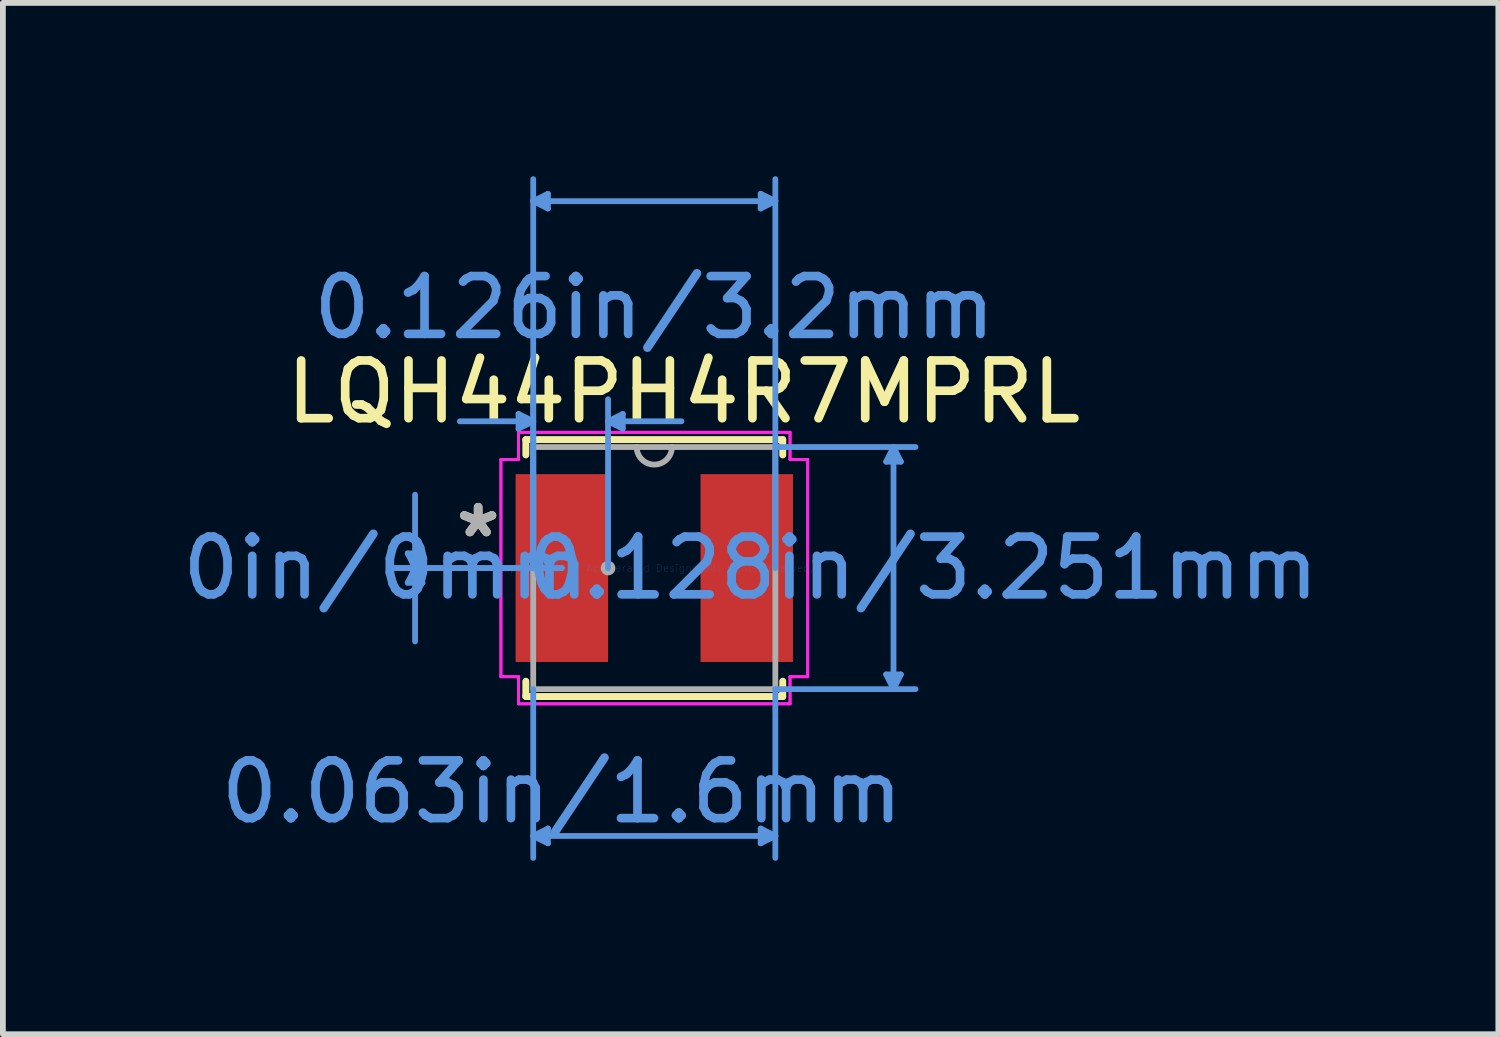
<source format=kicad_pcb>
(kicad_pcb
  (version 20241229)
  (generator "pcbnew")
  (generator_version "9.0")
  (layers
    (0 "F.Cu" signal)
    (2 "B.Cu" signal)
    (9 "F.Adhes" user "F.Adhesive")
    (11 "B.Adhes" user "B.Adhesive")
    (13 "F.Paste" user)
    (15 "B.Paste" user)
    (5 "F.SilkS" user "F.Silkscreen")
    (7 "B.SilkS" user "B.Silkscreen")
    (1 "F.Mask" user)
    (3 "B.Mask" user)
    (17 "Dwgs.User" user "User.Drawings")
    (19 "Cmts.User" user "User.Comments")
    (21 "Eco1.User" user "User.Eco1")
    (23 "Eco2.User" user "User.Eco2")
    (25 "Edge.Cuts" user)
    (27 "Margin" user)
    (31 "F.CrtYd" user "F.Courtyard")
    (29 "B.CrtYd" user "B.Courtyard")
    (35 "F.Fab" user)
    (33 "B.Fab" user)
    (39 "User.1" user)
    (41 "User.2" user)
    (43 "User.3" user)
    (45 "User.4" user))
  (footprint "LQH44PH4R7MPRL"
    (layer "F.Cu")
    (at 8.273 6.781)
    (property "Reference" "LQH44PH4R7MPRL" (at 0.508 -3.048 0) (layer "F.SilkS") (effects (font (size 1 1) (thickness 0.15))))
    (attr through_hole)
    (fp_line (start -2.223 -2.223) (end -2.223 -1.958) (stroke (width 0.12) (type solid)) (layer "F.SilkS"))
    (fp_line (start -2.223 1.958) (end -2.223 2.223) (stroke (width 0.12) (type solid)) (layer "F.SilkS"))
    (fp_line (start -2.223 2.223) (end 2.223 2.223) (stroke (width 0.12) (type solid)) (layer "F.SilkS"))
    (fp_line (start 2.223 -2.223) (end -2.223 -2.223) (stroke (width 0.12) (type solid)) (layer "F.SilkS"))
    (fp_line (start 2.223 -1.958) (end 2.223 -2.223) (stroke (width 0.12) (type solid)) (layer "F.SilkS"))
    (fp_line (start 2.223 2.223) (end 2.223 1.958) (stroke (width 0.12) (type solid)) (layer "F.SilkS"))
    (fp_line (start -4.267 -0.254) (end -4.013 -0.254) (stroke (width 0.1) (type solid)) (layer "Cmts.User"))
    (fp_line (start -4.267 0.254) (end -4.013 0.254) (stroke (width 0.1) (type solid)) (layer "Cmts.User"))
    (fp_line (start -4.14 0) (end -4.267 -0.254) (stroke (width 0.1) (type solid)) (layer "Cmts.User"))
    (fp_line (start -4.14 0) (end -4.267 0.254) (stroke (width 0.1) (type solid)) (layer "Cmts.User"))
    (fp_line (start -4.14 0) (end -4.14 -1.27) (stroke (width 0.1) (type solid)) (layer "Cmts.User"))
    (fp_line (start -4.14 0) (end -4.14 1.27) (stroke (width 0.1) (type solid)) (layer "Cmts.User"))
    (fp_line (start -4.14 0) (end -4.013 -0.254) (stroke (width 0.1) (type solid)) (layer "Cmts.User"))
    (fp_line (start -4.14 0) (end -4.013 0.254) (stroke (width 0.1) (type solid)) (layer "Cmts.User"))
    (fp_line (start -2.349 -2.667) (end -2.349 -2.413) (stroke (width 0.1) (type solid)) (layer "Cmts.User"))
    (fp_line (start -2.095 -6.35) (end -1.841 -6.477) (stroke (width 0.1) (type solid)) (layer "Cmts.User"))
    (fp_line (start -2.095 -6.35) (end -1.841 -6.223) (stroke (width 0.1) (type solid)) (layer "Cmts.User"))
    (fp_line (start -2.095 -6.35) (end 2.095 -6.35) (stroke (width 0.1) (type solid)) (layer "Cmts.User"))
    (fp_line (start -2.095 -2.54) (end -3.365 -2.54) (stroke (width 0.1) (type solid)) (layer "Cmts.User"))
    (fp_line (start -2.095 -2.54) (end -2.349 -2.667) (stroke (width 0.1) (type solid)) (layer "Cmts.User"))
    (fp_line (start -2.095 -2.54) (end -2.349 -2.413) (stroke (width 0.1) (type solid)) (layer "Cmts.User"))
    (fp_line (start -2.095 0) (end -2.095 -6.731) (stroke (width 0.1) (type solid)) (layer "Cmts.User"))
    (fp_line (start -2.095 0) (end -2.095 -2.921) (stroke (width 0.1) (type solid)) (layer "Cmts.User"))
    (fp_line (start -2.095 2.095) (end -2.095 5.016) (stroke (width 0.1) (type solid)) (layer "Cmts.User"))
    (fp_line (start -2.095 4.636) (end -1.841 4.508) (stroke (width 0.1) (type solid)) (layer "Cmts.User"))
    (fp_line (start -2.095 4.636) (end -1.841 4.763) (stroke (width 0.1) (type solid)) (layer "Cmts.User"))
    (fp_line (start -2.095 4.636) (end 2.095 4.636) (stroke (width 0.1) (type solid)) (layer "Cmts.User"))
    (fp_line (start -1.841 -6.477) (end -1.841 -6.223) (stroke (width 0.1) (type solid)) (layer "Cmts.User"))
    (fp_line (start -1.841 4.508) (end -1.841 4.763) (stroke (width 0.1) (type solid)) (layer "Cmts.User"))
    (fp_line (start -1.6 0) (end -4.521 0) (stroke (width 0.1) (type solid)) (layer "Cmts.User"))
    (fp_line (start -1.6 0) (end -4.521 0) (stroke (width 0.1) (type solid)) (layer "Cmts.User"))
    (fp_line (start -0.8 -2.54) (end -0.546 -2.667) (stroke (width 0.1) (type solid)) (layer "Cmts.User"))
    (fp_line (start -0.8 -2.54) (end -0.546 -2.413) (stroke (width 0.1) (type solid)) (layer "Cmts.User"))
    (fp_line (start -0.8 -2.54) (end 0.47 -2.54) (stroke (width 0.1) (type solid)) (layer "Cmts.User"))
    (fp_line (start -0.8 0) (end -0.8 -2.921) (stroke (width 0.1) (type solid)) (layer "Cmts.User"))
    (fp_line (start -0.546 -2.667) (end -0.546 -2.413) (stroke (width 0.1) (type solid)) (layer "Cmts.User"))
    (fp_line (start 1.841 -6.477) (end 1.841 -6.223) (stroke (width 0.1) (type solid)) (layer "Cmts.User"))
    (fp_line (start 1.841 4.508) (end 1.841 4.763) (stroke (width 0.1) (type solid)) (layer "Cmts.User"))
    (fp_line (start 2.095 -6.35) (end 1.841 -6.477) (stroke (width 0.1) (type solid)) (layer "Cmts.User"))
    (fp_line (start 2.095 -6.35) (end 1.841 -6.223) (stroke (width 0.1) (type solid)) (layer "Cmts.User"))
    (fp_line (start 2.095 -2.095) (end 4.521 -2.095) (stroke (width 0.1) (type solid)) (layer "Cmts.User"))
    (fp_line (start 2.095 0) (end 2.095 -6.731) (stroke (width 0.1) (type solid)) (layer "Cmts.User"))
    (fp_line (start 2.095 2.095) (end 2.095 5.016) (stroke (width 0.1) (type solid)) (layer "Cmts.User"))
    (fp_line (start 2.095 2.095) (end 4.521 2.095) (stroke (width 0.1) (type solid)) (layer "Cmts.User"))
    (fp_line (start 2.095 4.636) (end 1.841 4.508) (stroke (width 0.1) (type solid)) (layer "Cmts.User"))
    (fp_line (start 2.095 4.636) (end 1.841 4.763) (stroke (width 0.1) (type solid)) (layer "Cmts.User"))
    (fp_line (start 4.013 -1.841) (end 4.267 -1.841) (stroke (width 0.1) (type solid)) (layer "Cmts.User"))
    (fp_line (start 4.013 1.841) (end 4.267 1.841) (stroke (width 0.1) (type solid)) (layer "Cmts.User"))
    (fp_line (start 4.14 -2.095) (end 4.013 -1.841) (stroke (width 0.1) (type solid)) (layer "Cmts.User"))
    (fp_line (start 4.14 -2.095) (end 4.14 2.095) (stroke (width 0.1) (type solid)) (layer "Cmts.User"))
    (fp_line (start 4.14 -2.095) (end 4.267 -1.841) (stroke (width 0.1) (type solid)) (layer "Cmts.User"))
    (fp_line (start 4.14 2.095) (end 4.013 1.841) (stroke (width 0.1) (type solid)) (layer "Cmts.User"))
    (fp_line (start 4.14 2.095) (end 4.267 1.841) (stroke (width 0.1) (type solid)) (layer "Cmts.User"))
    (fp_line (start -2.654 -1.88) (end -2.349 -1.88) (stroke (width 0.05) (type solid)) (layer "F.CrtYd"))
    (fp_line (start -2.654 -1.88) (end -2.349 -1.88) (stroke (width 0.05) (type solid)) (layer "F.CrtYd"))
    (fp_line (start -2.654 1.88) (end -2.654 -1.88) (stroke (width 0.05) (type solid)) (layer "F.CrtYd"))
    (fp_line (start -2.654 1.88) (end -2.654 -1.88) (stroke (width 0.05) (type solid)) (layer "F.CrtYd"))
    (fp_line (start -2.654 1.88) (end -2.349 1.88) (stroke (width 0.05) (type solid)) (layer "F.CrtYd"))
    (fp_line (start -2.349 -2.349) (end 2.349 -2.349) (stroke (width 0.05) (type solid)) (layer "F.CrtYd"))
    (fp_line (start -2.349 -2.349) (end 2.349 -2.349) (stroke (width 0.05) (type solid)) (layer "F.CrtYd"))
    (fp_line (start -2.349 -1.88) (end -2.349 -2.349) (stroke (width 0.05) (type solid)) (layer "F.CrtYd"))
    (fp_line (start -2.349 -1.88) (end -2.349 -2.349) (stroke (width 0.05) (type solid)) (layer "F.CrtYd"))
    (fp_line (start -2.349 1.88) (end -2.654 1.88) (stroke (width 0.05) (type solid)) (layer "F.CrtYd"))
    (fp_line (start -2.349 2.349) (end -2.349 1.88) (stroke (width 0.05) (type solid)) (layer "F.CrtYd"))
    (fp_line (start -2.349 2.349) (end -2.349 1.88) (stroke (width 0.05) (type solid)) (layer "F.CrtYd"))
    (fp_line (start 2.349 -2.349) (end 2.349 -1.88) (stroke (width 0.05) (type solid)) (layer "F.CrtYd"))
    (fp_line (start 2.349 -2.349) (end 2.349 -1.88) (stroke (width 0.05) (type solid)) (layer "F.CrtYd"))
    (fp_line (start 2.349 -1.88) (end 2.654 -1.88) (stroke (width 0.05) (type solid)) (layer "F.CrtYd"))
    (fp_line (start 2.349 1.88) (end 2.349 2.349) (stroke (width 0.05) (type solid)) (layer "F.CrtYd"))
    (fp_line (start 2.349 1.88) (end 2.349 2.349) (stroke (width 0.05) (type solid)) (layer "F.CrtYd"))
    (fp_line (start 2.349 2.349) (end -2.349 2.349) (stroke (width 0.05) (type solid)) (layer "F.CrtYd"))
    (fp_line (start 2.349 2.349) (end -2.349 2.349) (stroke (width 0.05) (type solid)) (layer "F.CrtYd"))
    (fp_line (start 2.654 -1.88) (end 2.349 -1.88) (stroke (width 0.05) (type solid)) (layer "F.CrtYd"))
    (fp_line (start 2.654 -1.88) (end 2.654 1.88) (stroke (width 0.05) (type solid)) (layer "F.CrtYd"))
    (fp_line (start 2.654 -1.88) (end 2.654 1.88) (stroke (width 0.05) (type solid)) (layer "F.CrtYd"))
    (fp_line (start 2.654 1.88) (end 2.349 1.88) (stroke (width 0.05) (type solid)) (layer "F.CrtYd"))
    (fp_line (start 2.654 1.88) (end 2.349 1.88) (stroke (width 0.05) (type solid)) (layer "F.CrtYd"))
    (fp_line (start -2.095 -2.095) (end -2.095 2.095) (stroke (width 0.1) (type solid)) (layer "F.Fab"))
    (fp_line (start -2.095 2.095) (end 2.095 2.095) (stroke (width 0.1) (type solid)) (layer "F.Fab"))
    (fp_line (start 2.095 -2.095) (end -2.095 -2.095) (stroke (width 0.1) (type solid)) (layer "F.Fab"))
    (fp_line (start 2.095 2.095) (end 2.095 -2.095) (stroke (width 0.1) (type solid)) (layer "F.Fab"))
    (fp_arc (start 0.3048 -2.0955) (mid 0 -1.7907) (end -0.3048 -2.0955) (stroke (width 0.1) (type solid)) (layer "F.Fab"))
    (fp_circle (center -0.8 0) (end -0.724 0) (stroke (width 0.1) (type solid)) (fill no) (layer "F.Fab"))
    (fp_text user "*" (at -3.048 -0.508 0) (layer "F.SilkS") (effects (font (size 1 1) (thickness 0.15))))
    (fp_text user "0.063in/1.6mm" (at -1.6 3.873 0) (layer "Cmts.User") (effects (font (size 1 1) (thickness 0.15))))
    (fp_text user "Copyright 2021 Accelerated Designs. All rights reserved." (at 0 0 0) (layer "Cmts.User") (effects (font (size 0.127 0.127) (thickness 0.002))))
    (fp_text user "0.128in/3.251mm" (at 4.648 0 0) (layer "Cmts.User") (effects (font (size 1 1) (thickness 0.15))))
    (fp_text user "0.126in/3.2mm" (at 0 -4.508 0) (layer "Cmts.User") (effects (font (size 1 1) (thickness 0.15))))
    (fp_text user "0in/0mm" (at -4.648 0 0) (layer "Cmts.User") (effects (font (size 1 1) (thickness 0.15))))
    (fp_text user "*" (at -3.048 -0.508 0) (layer "F.Fab") (effects (font (size 1 1) (thickness 0.15))))
    (pad "1" smd rect (at -1.6 0) (size 1.6 3.251) (layers "F.Cu" "F.Mask" "F.Paste"))
    (pad "2" smd rect (at 1.6 0) (size 1.6 3.251) (layers "F.Cu" "F.Mask" "F.Paste")))
  (gr_rect
    (start -3 -3)
    (end 22.88 14.848)
    (stroke (width 0.1) (type default))
    (fill no)
    (layer "Edge.Cuts")))
</source>
